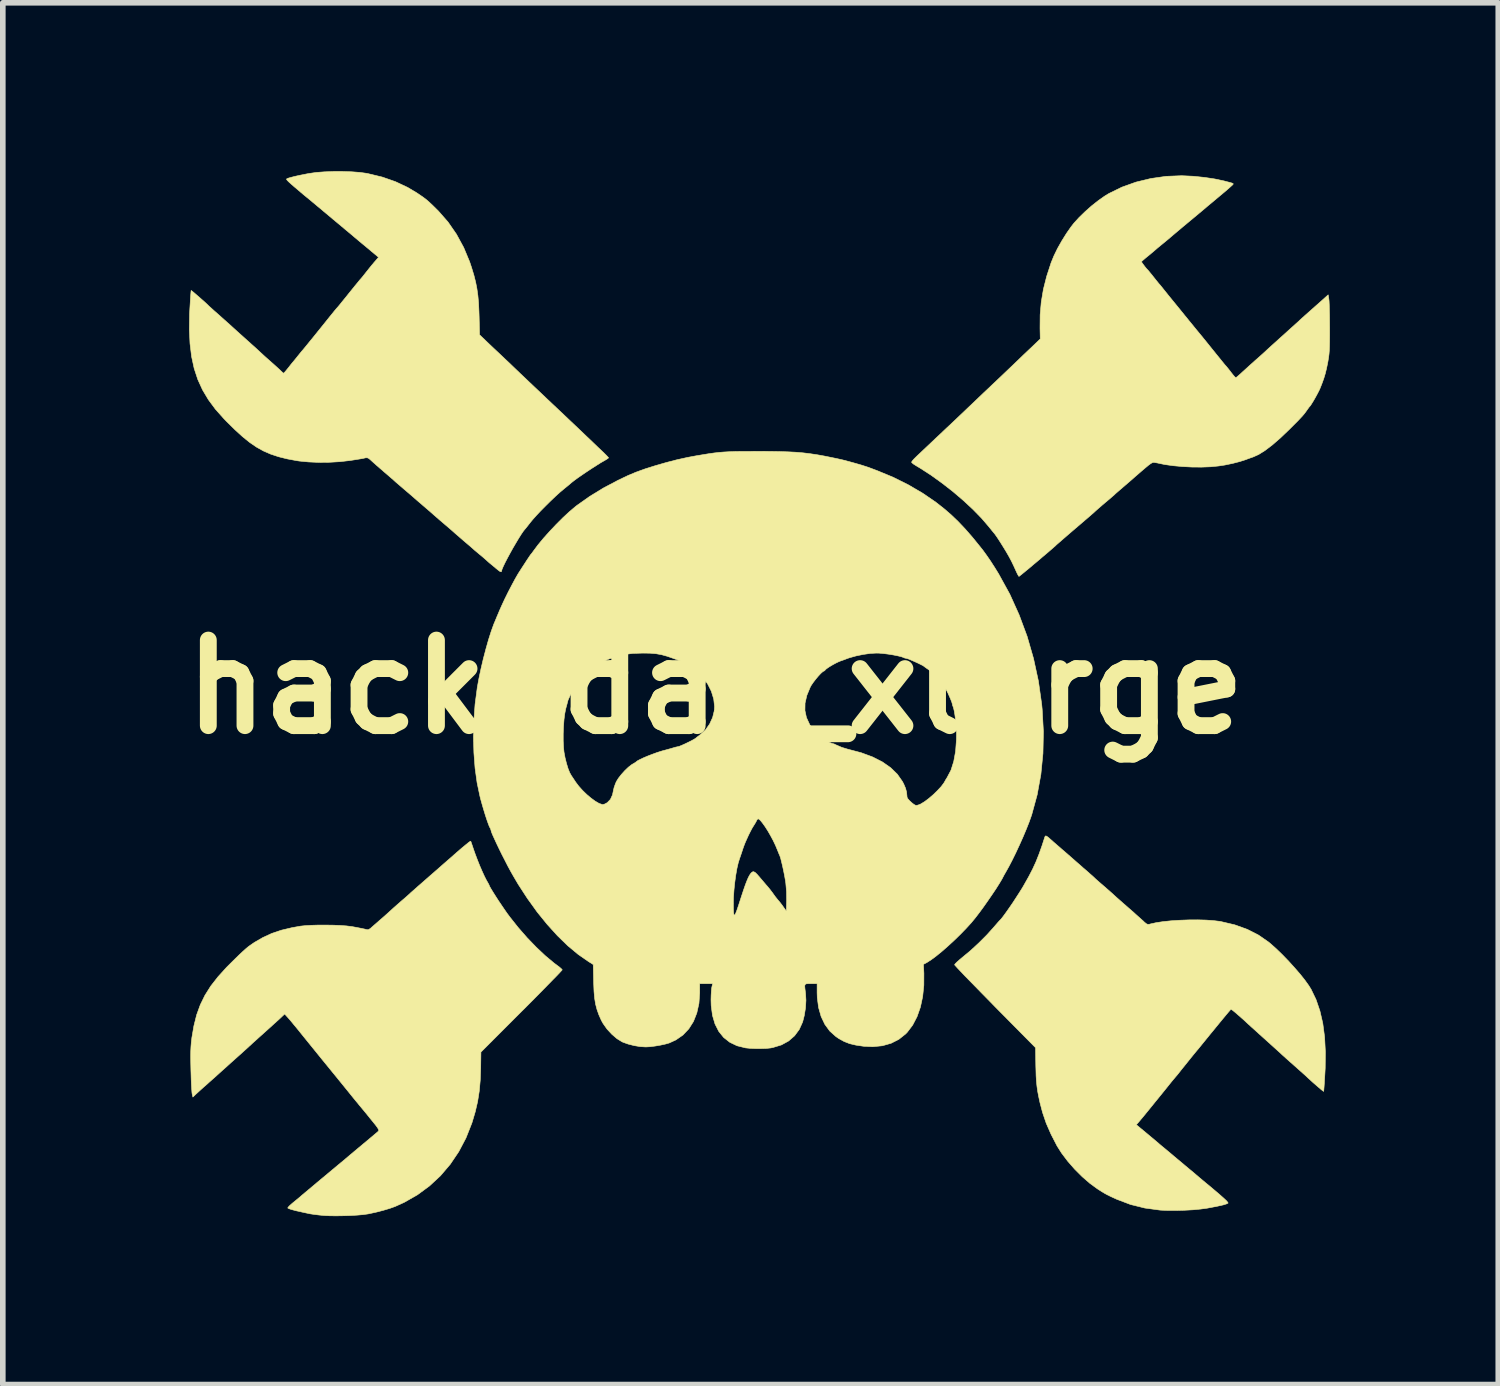
<source format=kicad_pcb>
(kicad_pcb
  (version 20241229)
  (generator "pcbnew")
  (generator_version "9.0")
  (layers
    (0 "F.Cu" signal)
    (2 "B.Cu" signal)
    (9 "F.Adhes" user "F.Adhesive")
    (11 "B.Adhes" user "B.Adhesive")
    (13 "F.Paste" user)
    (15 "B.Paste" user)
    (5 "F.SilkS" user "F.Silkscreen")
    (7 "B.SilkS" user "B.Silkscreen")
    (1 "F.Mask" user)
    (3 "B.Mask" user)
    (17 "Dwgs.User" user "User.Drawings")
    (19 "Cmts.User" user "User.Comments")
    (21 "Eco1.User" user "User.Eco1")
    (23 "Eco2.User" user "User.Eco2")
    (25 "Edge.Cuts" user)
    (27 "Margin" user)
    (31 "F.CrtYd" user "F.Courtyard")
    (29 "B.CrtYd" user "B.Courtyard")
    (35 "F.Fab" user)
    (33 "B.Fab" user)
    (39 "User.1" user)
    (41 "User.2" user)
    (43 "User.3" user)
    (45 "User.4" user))
  (footprint "hackaday_xlarge"
    (layer "F.Cu")
    (at 9.696 9.187)
    (property "Reference" "hackaday_xlarge" (at 0 0 0) (layer "F.SilkS") (effects (font (size 1.524 1.524) (thickness 0.3))))
    (attr through_hole)
    (fp_poly (pts (xy -4.36 2.748) (xy -4.354 2.765) (xy -4.34 2.805) (xy -4.321 2.861) (xy -4.312 2.889) (xy -4.279 2.982) (xy -4.24 3.085) (xy -4.198 3.19) (xy -4.155 3.289) (xy -4.115 3.376) (xy -4.082 3.441) (xy -4.077 3.45) (xy -4.052 3.493) (xy -4.036 3.523) (xy -4.032 3.533) (xy -4.024 3.553) (xy -4 3.595) (xy -3.964 3.654) (xy -3.92 3.724) (xy -3.87 3.802) (xy -3.816 3.882) (xy -3.763 3.96) (xy -3.714 4.031) (xy -3.67 4.09) (xy -3.666 4.096) (xy -3.515 4.286) (xy -3.356 4.468) (xy -3.194 4.636) (xy -3.034 4.787) (xy -2.88 4.916) (xy -2.828 4.955) (xy -2.781 4.99) (xy -2.747 5.02) (xy -2.731 5.038) (xy -2.731 5.04) (xy -2.742 5.053) (xy -2.773 5.087) (xy -2.823 5.14) (xy -2.891 5.209) (xy -2.973 5.293) (xy -3.068 5.39) (xy -3.174 5.498) (xy -3.29 5.615) (xy -3.413 5.739) (xy -3.455 5.78) (xy -4.179 6.505) (xy -4.183 6.789) (xy -4.191 7.006) (xy -4.209 7.203) (xy -4.238 7.387) (xy -4.28 7.568) (xy -4.336 7.756) (xy -4.341 7.771) (xy -4.445 8.034) (xy -4.574 8.279) (xy -4.726 8.504) (xy -4.9 8.708) (xy -5.096 8.89) (xy -5.311 9.048) (xy -5.546 9.182) (xy -5.707 9.255) (xy -5.802 9.289) (xy -5.919 9.324) (xy -6.047 9.357) (xy -6.176 9.385) (xy -6.199 9.389) (xy -6.278 9.4) (xy -6.38 9.409) (xy -6.498 9.416) (xy -6.624 9.42) (xy -6.75 9.422) (xy -6.868 9.421) (xy -6.97 9.416) (xy -6.985 9.415) (xy -7.065 9.407) (xy -7.146 9.397) (xy -7.214 9.387) (xy -7.231 9.384) (xy -7.37 9.354) (xy -7.477 9.33) (xy -7.555 9.309) (xy -7.602 9.293) (xy -7.62 9.282) (xy -7.62 9.281) (xy -7.608 9.263) (xy -7.578 9.232) (xy -7.534 9.194) (xy -7.522 9.184) (xy -7.468 9.14) (xy -7.416 9.097) (xy -7.378 9.064) (xy -7.376 9.062) (xy -7.352 9.042) (xy -7.308 9.005) (xy -7.247 8.954) (xy -7.173 8.892) (xy -7.09 8.822) (xy -7.001 8.748) (xy -6.911 8.673) (xy -6.824 8.6) (xy -6.742 8.532) (xy -6.67 8.472) (xy -6.621 8.432) (xy -6.58 8.397) (xy -6.547 8.369) (xy -6.534 8.358) (xy -6.517 8.343) (xy -6.479 8.312) (xy -6.426 8.267) (xy -6.36 8.212) (xy -6.286 8.15) (xy -6.279 8.144) (xy -6.203 8.081) (xy -6.134 8.023) (xy -6.077 7.975) (xy -6.034 7.939) (xy -6.012 7.92) (xy -6.011 7.919) (xy -6.002 7.909) (xy -5.999 7.897) (xy -6.005 7.879) (xy -6.021 7.852) (xy -6.05 7.812) (xy -6.095 7.756) (xy -6.157 7.68) (xy -6.175 7.657) (xy -6.237 7.581) (xy -6.294 7.512) (xy -6.342 7.455) (xy -6.376 7.412) (xy -6.395 7.39) (xy -6.395 7.39) (xy -6.414 7.367) (xy -6.449 7.324) (xy -6.495 7.267) (xy -6.549 7.2) (xy -6.58 7.162) (xy -6.644 7.083) (xy -6.709 7.003) (xy -6.77 6.928) (xy -6.819 6.868) (xy -6.832 6.852) (xy -6.915 6.75) (xy -7.014 6.629) (xy -7.123 6.494) (xy -7.239 6.351) (xy -7.357 6.205) (xy -7.453 6.086) (xy -7.507 6.021) (xy -7.557 5.96) (xy -7.6 5.91) (xy -7.628 5.878) (xy -7.676 5.826) (xy -7.739 5.887) (xy -7.77 5.916) (xy -7.821 5.962) (xy -7.885 6.02) (xy -7.959 6.087) (xy -8.037 6.157) (xy -8.049 6.168) (xy -8.123 6.234) (xy -8.188 6.293) (xy -8.243 6.342) (xy -8.281 6.378) (xy -8.301 6.396) (xy -8.303 6.397) (xy -8.317 6.411) (xy -8.35 6.441) (xy -8.398 6.484) (xy -8.456 6.537) (xy -8.477 6.555) (xy -8.554 6.624) (xy -8.637 6.698) (xy -8.716 6.77) (xy -8.779 6.826) (xy -8.851 6.891) (xy -8.934 6.966) (xy -9.016 7.038) (xy -9.055 7.074) (xy -9.118 7.129) (xy -9.177 7.182) (xy -9.226 7.227) (xy -9.254 7.252) (xy -9.31 7.306) (xy -9.323 7.252) (xy -9.327 7.222) (xy -9.331 7.164) (xy -9.336 7.086) (xy -9.34 6.991) (xy -9.343 6.886) (xy -9.345 6.825) (xy -9.348 6.689) (xy -9.349 6.578) (xy -9.348 6.486) (xy -9.344 6.406) (xy -9.338 6.332) (xy -9.329 6.256) (xy -9.329 6.253) (xy -9.292 6.038) (xy -9.243 5.842) (xy -9.178 5.663) (xy -9.095 5.493) (xy -8.991 5.328) (xy -8.863 5.164) (xy -8.71 4.995) (xy -8.644 4.929) (xy -8.552 4.838) (xy -8.478 4.766) (xy -8.418 4.71) (xy -8.368 4.665) (xy -8.324 4.628) (xy -8.281 4.597) (xy -8.236 4.566) (xy -8.211 4.549) (xy -8.06 4.462) (xy -7.903 4.39) (xy -7.733 4.333) (xy -7.543 4.288) (xy -7.392 4.261) (xy -7.306 4.252) (xy -7.197 4.246) (xy -7.073 4.242) (xy -6.941 4.242) (xy -6.808 4.244) (xy -6.684 4.249) (xy -6.574 4.257) (xy -6.487 4.268) (xy -6.477 4.269) (xy -6.374 4.288) (xy -6.299 4.303) (xy -6.247 4.314) (xy -6.216 4.322) (xy -6.207 4.325) (xy -6.18 4.322) (xy -6.146 4.301) (xy -6.143 4.298) (xy -6.114 4.272) (xy -6.068 4.232) (xy -6.014 4.185) (xy -5.985 4.159) (xy -5.922 4.105) (xy -5.857 4.047) (xy -5.802 3.997) (xy -5.786 3.983) (xy -5.738 3.939) (xy -5.676 3.884) (xy -5.611 3.827) (xy -5.58 3.8) (xy -5.527 3.755) (xy -5.483 3.716) (xy -5.454 3.69) (xy -5.445 3.682) (xy -5.431 3.668) (xy -5.397 3.638) (xy -5.349 3.596) (xy -5.292 3.545) (xy -5.286 3.54) (xy -5.216 3.479) (xy -5.142 3.414) (xy -5.075 3.355) (xy -5.032 3.318) (xy -4.984 3.276) (xy -4.919 3.219) (xy -4.844 3.153) (xy -4.765 3.084) (xy -4.722 3.047) (xy -4.611 2.949) (xy -4.522 2.872) (xy -4.453 2.815) (xy -4.404 2.775) (xy -4.374 2.753) (xy -4.361 2.748) (xy -4.36 2.748)) (stroke (width 0.01) (type solid)) (fill yes) (layer "F.SilkS"))
    (fp_poly (pts (xy 5.898 2.658) (xy 5.933 2.684) (xy 5.945 2.695) (xy 5.975 2.721) (xy 6.022 2.763) (xy 6.082 2.815) (xy 6.148 2.872) (xy 6.167 2.889) (xy 6.23 2.943) (xy 6.284 2.99) (xy 6.324 3.025) (xy 6.347 3.045) (xy 6.35 3.048) (xy 6.364 3.06) (xy 6.398 3.09) (xy 6.447 3.133) (xy 6.508 3.186) (xy 6.548 3.222) (xy 6.615 3.279) (xy 6.673 3.331) (xy 6.719 3.371) (xy 6.747 3.397) (xy 6.755 3.405) (xy 6.773 3.422) (xy 6.809 3.454) (xy 6.858 3.497) (xy 6.898 3.531) (xy 6.96 3.585) (xy 7.023 3.64) (xy 7.076 3.687) (xy 7.096 3.706) (xy 7.14 3.746) (xy 7.199 3.798) (xy 7.262 3.854) (xy 7.295 3.882) (xy 7.355 3.935) (xy 7.415 3.987) (xy 7.464 4.03) (xy 7.483 4.048) (xy 7.522 4.083) (xy 7.553 4.11) (xy 7.564 4.12) (xy 7.586 4.14) (xy 7.621 4.171) (xy 7.637 4.187) (xy 7.674 4.218) (xy 7.701 4.23) (xy 7.732 4.227) (xy 7.748 4.222) (xy 7.847 4.2) (xy 7.971 4.181) (xy 8.114 4.166) (xy 8.269 4.156) (xy 8.429 4.15) (xy 8.588 4.149) (xy 8.738 4.153) (xy 8.875 4.163) (xy 8.991 4.177) (xy 9.004 4.18) (xy 9.25 4.238) (xy 9.472 4.318) (xy 9.674 4.421) (xy 9.854 4.546) (xy 9.89 4.576) (xy 9.994 4.669) (xy 10.102 4.774) (xy 10.211 4.887) (xy 10.316 5.003) (xy 10.414 5.116) (xy 10.499 5.223) (xy 10.568 5.319) (xy 10.61 5.387) (xy 10.698 5.57) (xy 10.767 5.772) (xy 10.818 5.993) (xy 10.85 6.235) (xy 10.864 6.5) (xy 10.861 6.79) (xy 10.856 6.881) (xy 10.85 6.978) (xy 10.845 7.064) (xy 10.84 7.134) (xy 10.836 7.182) (xy 10.833 7.204) (xy 10.833 7.205) (xy 10.821 7.197) (xy 10.79 7.173) (xy 10.747 7.136) (xy 10.696 7.092) (xy 10.643 7.046) (xy 10.594 7.001) (xy 10.553 6.964) (xy 10.526 6.938) (xy 10.525 6.937) (xy 10.511 6.924) (xy 10.477 6.894) (xy 10.428 6.85) (xy 10.366 6.795) (xy 10.303 6.739) (xy 10.234 6.678) (xy 10.173 6.624) (xy 10.125 6.58) (xy 10.092 6.551) (xy 10.081 6.54) (xy 10.067 6.527) (xy 10.033 6.496) (xy 9.983 6.451) (xy 9.92 6.394) (xy 9.848 6.329) (xy 9.827 6.31) (xy 9.747 6.238) (xy 9.669 6.168) (xy 9.6 6.105) (xy 9.543 6.054) (xy 9.504 6.018) (xy 9.501 6.016) (xy 9.403 5.925) (xy 9.32 5.852) (xy 9.255 5.796) (xy 9.21 5.759) (xy 9.185 5.743) (xy 9.181 5.742) (xy 9.17 5.755) (xy 9.141 5.788) (xy 9.098 5.839) (xy 9.045 5.903) (xy 8.985 5.976) (xy 8.975 5.988) (xy 8.912 6.065) (xy 8.855 6.135) (xy 8.806 6.194) (xy 8.771 6.238) (xy 8.751 6.262) (xy 8.75 6.263) (xy 8.726 6.293) (xy 8.69 6.337) (xy 8.66 6.374) (xy 8.626 6.416) (xy 8.6 6.448) (xy 8.589 6.461) (xy 8.576 6.476) (xy 8.547 6.511) (xy 8.507 6.56) (xy 8.46 6.618) (xy 8.411 6.679) (xy 8.363 6.739) (xy 8.32 6.792) (xy 8.288 6.832) (xy 8.282 6.84) (xy 8.246 6.886) (xy 8.211 6.929) (xy 8.203 6.937) (xy 8.18 6.965) (xy 8.141 7.011) (xy 8.094 7.069) (xy 8.047 7.128) (xy 7.989 7.2) (xy 7.929 7.274) (xy 7.874 7.342) (xy 7.841 7.382) (xy 7.791 7.444) (xy 7.731 7.518) (xy 7.673 7.589) (xy 7.661 7.604) (xy 7.615 7.66) (xy 7.572 7.711) (xy 7.54 7.749) (xy 7.53 7.761) (xy 7.496 7.799) (xy 7.689 7.959) (xy 7.756 8.015) (xy 7.816 8.065) (xy 7.862 8.104) (xy 7.892 8.129) (xy 7.899 8.136) (xy 7.92 8.154) (xy 7.957 8.185) (xy 7.994 8.215) (xy 8.037 8.251) (xy 8.096 8.3) (xy 8.163 8.357) (xy 8.231 8.414) (xy 8.3 8.471) (xy 8.367 8.528) (xy 8.426 8.577) (xy 8.468 8.612) (xy 8.512 8.648) (xy 8.547 8.678) (xy 8.563 8.692) (xy 8.58 8.706) (xy 8.617 8.738) (xy 8.672 8.784) (xy 8.74 8.841) (xy 8.818 8.905) (xy 8.864 8.944) (xy 8.968 9.032) (xy 9.046 9.101) (xy 9.1 9.151) (xy 9.127 9.183) (xy 9.131 9.195) (xy 9.103 9.209) (xy 9.045 9.227) (xy 8.956 9.247) (xy 8.835 9.271) (xy 8.755 9.286) (xy 8.643 9.301) (xy 8.508 9.314) (xy 8.361 9.322) (xy 8.211 9.326) (xy 8.066 9.326) (xy 7.937 9.321) (xy 7.914 9.319) (xy 7.648 9.283) (xy 7.394 9.22) (xy 7.146 9.126) (xy 7.031 9.073) (xy 6.975 9.045) (xy 6.931 9.021) (xy 6.888 8.995) (xy 6.834 8.961) (xy 6.806 8.943) (xy 6.67 8.844) (xy 6.532 8.724) (xy 6.397 8.589) (xy 6.273 8.447) (xy 6.165 8.304) (xy 6.084 8.176) (xy 5.977 7.968) (xy 5.891 7.772) (xy 5.826 7.581) (xy 5.78 7.406) (xy 5.756 7.294) (xy 5.738 7.199) (xy 5.726 7.112) (xy 5.717 7.024) (xy 5.711 6.927) (xy 5.708 6.812) (xy 5.706 6.749) (xy 5.701 6.426) (xy 4.981 5.698) (xy 4.857 5.571) (xy 4.739 5.451) (xy 4.63 5.339) (xy 4.531 5.238) (xy 4.444 5.149) (xy 4.372 5.073) (xy 4.316 5.014) (xy 4.279 4.973) (xy 4.26 4.952) (xy 4.259 4.95) (xy 4.27 4.932) (xy 4.301 4.901) (xy 4.348 4.859) (xy 4.402 4.814) (xy 4.544 4.696) (xy 4.69 4.561) (xy 4.83 4.421) (xy 4.945 4.294) (xy 4.991 4.241) (xy 5.029 4.197) (xy 5.055 4.168) (xy 5.064 4.159) (xy 5.089 4.133) (xy 5.127 4.084) (xy 5.176 4.017) (xy 5.232 3.937) (xy 5.292 3.85) (xy 5.352 3.758) (xy 5.41 3.668) (xy 5.463 3.584) (xy 5.495 3.529) (xy 5.579 3.38) (xy 5.649 3.245) (xy 5.709 3.114) (xy 5.763 2.978) (xy 5.816 2.829) (xy 5.867 2.671) (xy 5.878 2.654) (xy 5.898 2.658)) (stroke (width 0.01) (type solid)) (fill yes) (layer "F.SilkS"))
    (fp_poly (pts (xy 8.516 -9.097) (xy 8.716 -9.076) (xy 8.894 -9.049) (xy 9.059 -9.014) (xy 9.088 -9.006) (xy 9.154 -8.989) (xy 9.194 -8.978) (xy 9.215 -8.97) (xy 9.222 -8.964) (xy 9.221 -8.957) (xy 9.221 -8.955) (xy 9.207 -8.94) (xy 9.173 -8.909) (xy 9.123 -8.865) (xy 9.06 -8.811) (xy 8.993 -8.755) (xy 8.919 -8.693) (xy 8.851 -8.636) (xy 8.793 -8.588) (xy 8.751 -8.553) (xy 8.731 -8.535) (xy 8.708 -8.516) (xy 8.664 -8.479) (xy 8.604 -8.429) (xy 8.531 -8.368) (xy 8.45 -8.301) (xy 8.406 -8.264) (xy 8.324 -8.196) (xy 8.252 -8.135) (xy 8.191 -8.084) (xy 8.145 -8.045) (xy 8.118 -8.022) (xy 8.112 -8.017) (xy 8.097 -8.004) (xy 8.063 -7.975) (xy 8.016 -7.936) (xy 7.978 -7.905) (xy 7.922 -7.859) (xy 7.873 -7.819) (xy 7.839 -7.789) (xy 7.827 -7.779) (xy 7.803 -7.758) (xy 7.762 -7.724) (xy 7.712 -7.682) (xy 7.695 -7.669) (xy 7.647 -7.629) (xy 7.61 -7.597) (xy 7.59 -7.578) (xy 7.588 -7.575) (xy 7.597 -7.558) (xy 7.619 -7.527) (xy 7.647 -7.49) (xy 7.674 -7.456) (xy 7.692 -7.437) (xy 7.709 -7.419) (xy 7.74 -7.381) (xy 7.78 -7.332) (xy 7.803 -7.303) (xy 7.845 -7.25) (xy 7.879 -7.208) (xy 7.901 -7.181) (xy 7.906 -7.176) (xy 7.92 -7.16) (xy 7.947 -7.127) (xy 7.978 -7.088) (xy 8.015 -7.042) (xy 8.067 -6.977) (xy 8.129 -6.901) (xy 8.196 -6.819) (xy 8.262 -6.738) (xy 8.3 -6.691) (xy 8.324 -6.662) (xy 8.359 -6.618) (xy 8.39 -6.581) (xy 8.428 -6.533) (xy 8.462 -6.492) (xy 8.48 -6.47) (xy 8.571 -6.358) (xy 8.648 -6.265) (xy 8.714 -6.184) (xy 8.774 -6.11) (xy 8.834 -6.035) (xy 8.899 -5.955) (xy 8.913 -5.937) (xy 8.97 -5.867) (xy 9.02 -5.805) (xy 9.06 -5.756) (xy 9.086 -5.725) (xy 9.096 -5.715) (xy 9.109 -5.699) (xy 9.137 -5.665) (xy 9.173 -5.619) (xy 9.181 -5.608) (xy 9.218 -5.561) (xy 9.248 -5.526) (xy 9.266 -5.51) (xy 9.268 -5.509) (xy 9.284 -5.519) (xy 9.317 -5.547) (xy 9.361 -5.586) (xy 9.382 -5.606) (xy 9.442 -5.66) (xy 9.513 -5.725) (xy 9.585 -5.789) (xy 9.612 -5.814) (xy 9.676 -5.87) (xy 9.741 -5.928) (xy 9.797 -5.979) (xy 9.819 -6) (xy 9.855 -6.033) (xy 9.91 -6.083) (xy 9.979 -6.145) (xy 10.056 -6.215) (xy 10.136 -6.286) (xy 10.144 -6.294) (xy 10.218 -6.361) (xy 10.284 -6.42) (xy 10.338 -6.469) (xy 10.377 -6.504) (xy 10.397 -6.522) (xy 10.398 -6.524) (xy 10.412 -6.537) (xy 10.446 -6.568) (xy 10.495 -6.612) (xy 10.557 -6.667) (xy 10.62 -6.723) (xy 10.692 -6.787) (xy 10.759 -6.846) (xy 10.815 -6.896) (xy 10.855 -6.932) (xy 10.874 -6.949) (xy 10.914 -6.985) (xy 10.926 -6.91) (xy 10.93 -6.874) (xy 10.933 -6.811) (xy 10.935 -6.727) (xy 10.938 -6.626) (xy 10.939 -6.514) (xy 10.94 -6.398) (xy 10.94 -6.261) (xy 10.939 -6.152) (xy 10.937 -6.063) (xy 10.934 -5.991) (xy 10.929 -5.929) (xy 10.922 -5.874) (xy 10.913 -5.818) (xy 10.908 -5.788) (xy 10.885 -5.675) (xy 10.862 -5.581) (xy 10.836 -5.495) (xy 10.803 -5.404) (xy 10.769 -5.318) (xy 10.751 -5.279) (xy 10.723 -5.225) (xy 10.69 -5.164) (xy 10.656 -5.104) (xy 10.624 -5.052) (xy 10.6 -5.014) (xy 10.589 -5.001) (xy 10.574 -4.984) (xy 10.55 -4.951) (xy 10.54 -4.937) (xy 10.514 -4.9) (xy 10.488 -4.866) (xy 10.459 -4.831) (xy 10.422 -4.791) (xy 10.376 -4.742) (xy 10.314 -4.68) (xy 10.235 -4.601) (xy 10.216 -4.582) (xy 10.06 -4.433) (xy 9.918 -4.31) (xy 9.789 -4.212) (xy 9.676 -4.141) (xy 9.578 -4.097) (xy 9.563 -4.092) (xy 9.532 -4.081) (xy 9.484 -4.064) (xy 9.446 -4.049) (xy 9.34 -4.015) (xy 9.212 -3.982) (xy 9.073 -3.953) (xy 8.961 -3.936) (xy 8.821 -3.922) (xy 8.661 -3.916) (xy 8.49 -3.917) (xy 8.317 -3.926) (xy 8.151 -3.941) (xy 8.003 -3.962) (xy 7.926 -3.978) (xy 7.87 -3.99) (xy 7.823 -3.998) (xy 7.799 -4) (xy 7.782 -3.995) (xy 7.755 -3.98) (xy 7.715 -3.951) (xy 7.661 -3.906) (xy 7.589 -3.845) (xy 7.496 -3.764) (xy 7.485 -3.755) (xy 7.431 -3.707) (xy 7.363 -3.648) (xy 7.292 -3.587) (xy 7.255 -3.555) (xy 7.2 -3.508) (xy 7.154 -3.468) (xy 7.123 -3.441) (xy 7.112 -3.43) (xy 7.098 -3.417) (xy 7.064 -3.388) (xy 7.015 -3.345) (xy 6.955 -3.295) (xy 6.937 -3.28) (xy 6.875 -3.227) (xy 6.821 -3.18) (xy 6.78 -3.144) (xy 6.757 -3.123) (xy 6.755 -3.121) (xy 6.739 -3.106) (xy 6.702 -3.074) (xy 6.648 -3.027) (xy 6.579 -2.968) (xy 6.5 -2.9) (xy 6.413 -2.826) (xy 6.327 -2.752) (xy 6.247 -2.683) (xy 6.179 -2.624) (xy 6.125 -2.577) (xy 6.088 -2.545) (xy 6.072 -2.531) (xy 6.054 -2.513) (xy 6.016 -2.48) (xy 5.962 -2.433) (xy 5.897 -2.377) (xy 5.823 -2.315) (xy 5.746 -2.249) (xy 5.668 -2.184) (xy 5.594 -2.121) (xy 5.527 -2.066) (xy 5.471 -2.02) (xy 5.43 -1.987) (xy 5.408 -1.97) (xy 5.406 -1.968) (xy 5.395 -1.982) (xy 5.376 -2.017) (xy 5.356 -2.06) (xy 5.31 -2.161) (xy 5.27 -2.244) (xy 5.227 -2.324) (xy 5.177 -2.411) (xy 5.166 -2.429) (xy 5.12 -2.504) (xy 5.075 -2.576) (xy 5.033 -2.641) (xy 4.999 -2.691) (xy 4.976 -2.723) (xy 4.97 -2.731) (xy 4.957 -2.746) (xy 4.929 -2.78) (xy 4.891 -2.827) (xy 4.867 -2.857) (xy 4.739 -3.006) (xy 4.587 -3.162) (xy 4.416 -3.321) (xy 4.231 -3.479) (xy 4.037 -3.63) (xy 3.84 -3.772) (xy 3.645 -3.898) (xy 3.568 -3.944) (xy 3.526 -3.971) (xy 3.499 -3.994) (xy 3.493 -4.004) (xy 3.503 -4.023) (xy 3.531 -4.056) (xy 3.569 -4.094) (xy 3.598 -4.122) (xy 3.645 -4.166) (xy 3.705 -4.223) (xy 3.775 -4.289) (xy 3.85 -4.36) (xy 3.926 -4.432) (xy 4 -4.501) (xy 4.066 -4.564) (xy 4.122 -4.617) (xy 4.163 -4.655) (xy 4.185 -4.675) (xy 4.2 -4.69) (xy 4.236 -4.724) (xy 4.288 -4.773) (xy 4.353 -4.835) (xy 4.429 -4.907) (xy 4.502 -4.977) (xy 4.594 -5.064) (xy 4.688 -5.154) (xy 4.779 -5.241) (xy 4.862 -5.319) (xy 4.93 -5.384) (xy 4.961 -5.413) (xy 5.07 -5.516) (xy 5.183 -5.624) (xy 5.307 -5.742) (xy 5.436 -5.866) (xy 5.474 -5.903) (xy 5.528 -5.954) (xy 5.59 -6.013) (xy 5.644 -6.064) (xy 5.785 -6.199) (xy 5.781 -6.39) (xy 5.783 -6.629) (xy 5.803 -6.857) (xy 5.841 -7.084) (xy 5.9 -7.317) (xy 5.978 -7.556) (xy 6.027 -7.676) (xy 6.092 -7.81) (xy 6.17 -7.948) (xy 6.253 -8.081) (xy 6.337 -8.201) (xy 6.385 -8.262) (xy 6.476 -8.362) (xy 6.583 -8.466) (xy 6.699 -8.569) (xy 6.818 -8.663) (xy 6.931 -8.743) (xy 7.006 -8.789) (xy 7.239 -8.903) (xy 7.49 -8.993) (xy 7.755 -9.057) (xy 8.027 -9.096) (xy 8.305 -9.107) (xy 8.516 -9.097)) (stroke (width 0.01) (type solid)) (fill yes) (layer "F.SilkS"))
    (fp_poly (pts (xy -6.483 -9.177) (xy -6.337 -9.166) (xy -6.213 -9.149) (xy -6.194 -9.145) (xy -5.937 -9.083) (xy -5.702 -9.001) (xy -5.485 -8.899) (xy -5.327 -8.805) (xy -5.257 -8.758) (xy -5.2 -8.718) (xy -5.149 -8.679) (xy -5.099 -8.635) (xy -5.042 -8.582) (xy -4.972 -8.513) (xy -4.935 -8.476) (xy -4.765 -8.282) (xy -4.615 -8.065) (xy -4.486 -7.828) (xy -4.38 -7.574) (xy -4.345 -7.469) (xy -4.304 -7.334) (xy -4.273 -7.211) (xy -4.25 -7.093) (xy -4.233 -6.972) (xy -4.221 -6.84) (xy -4.214 -6.688) (xy -4.211 -6.601) (xy -4.203 -6.273) (xy -4.082 -6.157) (xy -4.016 -6.094) (xy -3.939 -6.021) (xy -3.863 -5.95) (xy -3.826 -5.915) (xy -3.761 -5.853) (xy -3.682 -5.779) (xy -3.601 -5.701) (xy -3.526 -5.629) (xy -3.524 -5.628) (xy -3.474 -5.579) (xy -3.404 -5.513) (xy -3.319 -5.432) (xy -3.223 -5.341) (xy -3.118 -5.242) (xy -3.01 -5.139) (xy -2.905 -5.04) (xy -2.798 -4.939) (xy -2.692 -4.839) (xy -2.592 -4.744) (xy -2.499 -4.656) (xy -2.419 -4.58) (xy -2.355 -4.519) (xy -2.31 -4.476) (xy -2.31 -4.476) (xy -2.237 -4.407) (xy -2.157 -4.33) (xy -2.08 -4.256) (xy -2.036 -4.215) (xy -1.984 -4.165) (xy -1.942 -4.123) (xy -1.914 -4.093) (xy -1.905 -4.082) (xy -1.918 -4.069) (xy -1.951 -4.048) (xy -1.989 -4.026) (xy -2.05 -3.991) (xy -2.124 -3.944) (xy -2.207 -3.891) (xy -2.293 -3.834) (xy -2.377 -3.777) (xy -2.454 -3.724) (xy -2.518 -3.677) (xy -2.565 -3.64) (xy -2.588 -3.62) (xy -2.603 -3.607) (xy -2.637 -3.579) (xy -2.684 -3.541) (xy -2.708 -3.521) (xy -2.774 -3.466) (xy -2.853 -3.394) (xy -2.94 -3.311) (xy -3.029 -3.223) (xy -3.116 -3.135) (xy -3.193 -3.053) (xy -3.257 -2.981) (xy -3.295 -2.935) (xy -3.334 -2.885) (xy -3.368 -2.842) (xy -3.389 -2.816) (xy -3.392 -2.813) (xy -3.421 -2.778) (xy -3.46 -2.721) (xy -3.506 -2.648) (xy -3.556 -2.564) (xy -3.609 -2.474) (xy -3.66 -2.382) (xy -3.708 -2.293) (xy -3.75 -2.212) (xy -3.782 -2.145) (xy -3.803 -2.095) (xy -3.81 -2.068) (xy -3.817 -2.051) (xy -3.838 -2.056) (xy -3.873 -2.082) (xy -3.909 -2.111) (xy -3.955 -2.15) (xy -3.983 -2.173) (xy -4.027 -2.209) (xy -4.063 -2.241) (xy -4.078 -2.255) (xy -4.103 -2.277) (xy -4.143 -2.312) (xy -4.192 -2.353) (xy -4.199 -2.358) (xy -4.245 -2.397) (xy -4.281 -2.427) (xy -4.301 -2.444) (xy -4.302 -2.445) (xy -4.316 -2.458) (xy -4.35 -2.488) (xy -4.399 -2.53) (xy -4.459 -2.581) (xy -4.485 -2.603) (xy -4.547 -2.657) (xy -4.601 -2.704) (xy -4.642 -2.739) (xy -4.664 -2.759) (xy -4.667 -2.762) (xy -4.682 -2.775) (xy -4.716 -2.805) (xy -4.765 -2.847) (xy -4.824 -2.897) (xy -4.842 -2.913) (xy -4.905 -2.966) (xy -4.961 -3.015) (xy -5.005 -3.053) (xy -5.031 -3.076) (xy -5.034 -3.079) (xy -5.059 -3.101) (xy -5.1 -3.137) (xy -5.145 -3.175) (xy -5.204 -3.226) (xy -5.269 -3.282) (xy -5.31 -3.317) (xy -5.358 -3.359) (xy -5.402 -3.398) (xy -5.428 -3.42) (xy -5.484 -3.468) (xy -5.544 -3.519) (xy -5.602 -3.569) (xy -5.653 -3.613) (xy -5.692 -3.646) (xy -5.713 -3.665) (xy -5.715 -3.667) (xy -5.729 -3.68) (xy -5.763 -3.71) (xy -5.812 -3.752) (xy -5.872 -3.804) (xy -5.898 -3.826) (xy -5.966 -3.885) (xy -6.032 -3.942) (xy -6.088 -3.992) (xy -6.128 -4.028) (xy -6.134 -4.034) (xy -6.173 -4.068) (xy -6.202 -4.082) (xy -6.23 -4.082) (xy -6.245 -4.079) (xy -6.279 -4.071) (xy -6.337 -4.061) (xy -6.411 -4.049) (xy -6.494 -4.036) (xy -6.514 -4.033) (xy -6.69 -4.013) (xy -6.878 -4.002) (xy -7.068 -4) (xy -7.25 -4.008) (xy -7.415 -4.024) (xy -7.461 -4.031) (xy -7.632 -4.063) (xy -7.784 -4.101) (xy -7.923 -4.147) (xy -8.052 -4.203) (xy -8.176 -4.272) (xy -8.3 -4.357) (xy -8.427 -4.46) (xy -8.562 -4.583) (xy -8.71 -4.729) (xy -8.758 -4.779) (xy -8.907 -4.946) (xy -9.033 -5.116) (xy -9.138 -5.292) (xy -9.222 -5.476) (xy -9.287 -5.673) (xy -9.333 -5.885) (xy -9.361 -6.115) (xy -9.373 -6.367) (xy -9.369 -6.642) (xy -9.364 -6.738) (xy -9.358 -6.835) (xy -9.353 -6.921) (xy -9.348 -6.99) (xy -9.344 -7.039) (xy -9.341 -7.062) (xy -9.341 -7.063) (xy -9.328 -7.054) (xy -9.298 -7.03) (xy -9.255 -6.993) (xy -9.204 -6.949) (xy -9.152 -6.903) (xy -9.102 -6.859) (xy -9.062 -6.822) (xy -9.036 -6.797) (xy -9.033 -6.793) (xy -9.019 -6.78) (xy -8.985 -6.75) (xy -8.938 -6.707) (xy -8.881 -6.657) (xy -8.874 -6.651) (xy -8.751 -6.541) (xy -8.652 -6.453) (xy -8.582 -6.389) (xy -8.565 -6.374) (xy -8.529 -6.341) (xy -8.477 -6.294) (xy -8.412 -6.236) (xy -8.34 -6.171) (xy -8.326 -6.159) (xy -8.253 -6.093) (xy -8.187 -6.034) (xy -8.133 -5.984) (xy -8.094 -5.948) (xy -8.074 -5.93) (xy -8.072 -5.928) (xy -8.055 -5.912) (xy -8.019 -5.879) (xy -7.969 -5.835) (xy -7.914 -5.786) (xy -7.854 -5.733) (xy -7.8 -5.684) (xy -7.758 -5.645) (xy -7.736 -5.624) (xy -7.709 -5.599) (xy -7.694 -5.588) (xy -7.694 -5.588) (xy -7.681 -5.6) (xy -7.654 -5.631) (xy -7.618 -5.675) (xy -7.602 -5.695) (xy -7.563 -5.745) (xy -7.531 -5.784) (xy -7.512 -5.807) (xy -7.509 -5.81) (xy -7.496 -5.826) (xy -7.469 -5.859) (xy -7.438 -5.898) (xy -7.404 -5.94) (xy -7.378 -5.972) (xy -7.367 -5.985) (xy -7.353 -6.001) (xy -7.323 -6.037) (xy -7.278 -6.092) (xy -7.223 -6.16) (xy -7.159 -6.238) (xy -7.09 -6.324) (xy -7.019 -6.412) (xy -6.949 -6.499) (xy -6.882 -6.583) (xy -6.878 -6.588) (xy -6.829 -6.648) (xy -6.788 -6.699) (xy -6.756 -6.737) (xy -6.74 -6.755) (xy -6.725 -6.772) (xy -6.694 -6.809) (xy -6.65 -6.864) (xy -6.596 -6.93) (xy -6.536 -7.005) (xy -6.533 -7.009) (xy -6.473 -7.083) (xy -6.42 -7.149) (xy -6.376 -7.202) (xy -6.346 -7.239) (xy -6.333 -7.255) (xy -6.332 -7.255) (xy -6.319 -7.27) (xy -6.29 -7.304) (xy -6.252 -7.352) (xy -6.222 -7.39) (xy -6.172 -7.453) (xy -6.121 -7.516) (xy -6.078 -7.567) (xy -6.062 -7.585) (xy -6.003 -7.654) (xy -6.212 -7.829) (xy -6.287 -7.891) (xy -6.36 -7.952) (xy -6.423 -8.005) (xy -6.472 -8.047) (xy -6.493 -8.064) (xy -6.532 -8.097) (xy -6.589 -8.144) (xy -6.655 -8.2) (xy -6.726 -8.259) (xy -6.739 -8.27) (xy -6.809 -8.328) (xy -6.876 -8.385) (xy -6.935 -8.434) (xy -6.977 -8.469) (xy -6.983 -8.474) (xy -7.032 -8.516) (xy -7.08 -8.555) (xy -7.1 -8.572) (xy -7.233 -8.683) (xy -7.344 -8.774) (xy -7.433 -8.85) (xy -7.504 -8.91) (xy -7.558 -8.957) (xy -7.597 -8.992) (xy -7.622 -9.017) (xy -7.637 -9.034) (xy -7.642 -9.045) (xy -7.64 -9.05) (xy -7.615 -9.062) (xy -7.564 -9.077) (xy -7.49 -9.096) (xy -7.398 -9.116) (xy -7.293 -9.137) (xy -7.239 -9.147) (xy -7.113 -9.165) (xy -6.966 -9.176) (xy -6.806 -9.182) (xy -6.643 -9.182) (xy -6.483 -9.177)) (stroke (width 0.01) (type solid)) (fill yes) (layer "F.SilkS"))
    (fp_poly (pts (xy 0.969 -4.196) (xy 1.142 -4.193) (xy 1.294 -4.188) (xy 1.432 -4.181) (xy 1.56 -4.17) (xy 1.684 -4.155) (xy 1.811 -4.136) (xy 1.945 -4.112) (xy 2.092 -4.082) (xy 2.151 -4.07) (xy 2.254 -4.047) (xy 2.37 -4.017) (xy 2.489 -3.984) (xy 2.603 -3.951) (xy 2.702 -3.919) (xy 2.766 -3.896) (xy 2.824 -3.874) (xy 2.883 -3.852) (xy 2.885 -3.851) (xy 3.163 -3.736) (xy 3.434 -3.601) (xy 3.692 -3.45) (xy 3.927 -3.289) (xy 3.929 -3.287) (xy 4.068 -3.178) (xy 4.198 -3.066) (xy 4.323 -2.946) (xy 4.448 -2.814) (xy 4.577 -2.666) (xy 4.716 -2.495) (xy 4.768 -2.429) (xy 4.826 -2.349) (xy 4.895 -2.249) (xy 4.97 -2.133) (xy 5.046 -2.01) (xy 5.051 -2) (xy 5.243 -1.651) (xy 5.409 -1.283) (xy 5.551 -0.901) (xy 5.665 -0.506) (xy 5.752 -0.104) (xy 5.81 0.305) (xy 5.819 0.397) (xy 5.841 0.796) (xy 5.833 1.183) (xy 5.796 1.558) (xy 5.73 1.921) (xy 5.634 2.272) (xy 5.624 2.302) (xy 5.586 2.409) (xy 5.536 2.535) (xy 5.478 2.673) (xy 5.414 2.816) (xy 5.349 2.956) (xy 5.284 3.088) (xy 5.224 3.203) (xy 5.173 3.294) (xy 5.15 3.334) (xy 5.133 3.364) (xy 5.133 3.365) (xy 5.101 3.426) (xy 5.053 3.506) (xy 4.993 3.601) (xy 4.923 3.705) (xy 4.848 3.814) (xy 4.772 3.922) (xy 4.697 4.024) (xy 4.627 4.115) (xy 4.566 4.189) (xy 4.558 4.199) (xy 4.464 4.302) (xy 4.36 4.409) (xy 4.25 4.516) (xy 4.139 4.618) (xy 4.032 4.712) (xy 3.931 4.794) (xy 3.842 4.86) (xy 3.769 4.907) (xy 3.76 4.912) (xy 3.704 4.942) (xy 3.712 5.102) (xy 3.711 5.315) (xy 3.69 5.517) (xy 3.65 5.704) (xy 3.59 5.874) (xy 3.512 6.024) (xy 3.417 6.15) (xy 3.386 6.182) (xy 3.265 6.278) (xy 3.127 6.348) (xy 2.972 6.392) (xy 2.802 6.409) (xy 2.638 6.401) (xy 2.502 6.381) (xy 2.388 6.354) (xy 2.289 6.315) (xy 2.195 6.263) (xy 2.142 6.226) (xy 2.035 6.13) (xy 1.948 6.011) (xy 1.881 5.87) (xy 1.836 5.711) (xy 1.813 5.536) (xy 1.81 5.449) (xy 1.81 5.286) (xy 1.699 5.286) (xy 1.647 5.286) (xy 1.614 5.289) (xy 1.596 5.301) (xy 1.589 5.327) (xy 1.593 5.373) (xy 1.602 5.444) (xy 1.604 5.461) (xy 1.611 5.583) (xy 1.603 5.719) (xy 1.581 5.855) (xy 1.552 5.968) (xy 1.492 6.101) (xy 1.408 6.215) (xy 1.302 6.307) (xy 1.174 6.377) (xy 1.027 6.422) (xy 0.984 6.431) (xy 0.91 6.439) (xy 0.816 6.442) (xy 0.715 6.442) (xy 0.617 6.438) (xy 0.536 6.43) (xy 0.532 6.429) (xy 0.383 6.392) (xy 0.254 6.33) (xy 0.145 6.244) (xy 0.058 6.136) (xy -0.009 6.004) (xy -0.054 5.851) (xy -0.077 5.676) (xy -0.08 5.572) (xy -0.078 5.495) (xy -0.074 5.424) (xy -0.069 5.368) (xy -0.065 5.346) (xy -0.051 5.286) (xy -0.282 5.286) (xy -0.282 5.449) (xy -0.295 5.637) (xy -0.333 5.808) (xy -0.393 5.96) (xy -0.476 6.091) (xy -0.58 6.201) (xy -0.706 6.288) (xy -0.826 6.343) (xy -0.893 6.362) (xy -0.98 6.381) (xy -1.074 6.397) (xy -1.165 6.409) (xy -1.241 6.413) (xy -1.246 6.413) (xy -1.343 6.407) (xy -1.45 6.389) (xy -1.556 6.362) (xy -1.646 6.33) (xy -1.664 6.322) (xy -1.755 6.266) (xy -1.847 6.187) (xy -1.933 6.094) (xy -2.003 5.995) (xy -2.035 5.937) (xy -2.078 5.84) (xy -2.111 5.747) (xy -2.136 5.652) (xy -2.153 5.548) (xy -2.164 5.428) (xy -2.17 5.284) (xy -2.171 5.247) (xy -2.178 4.945) (xy -2.267 4.889) (xy -2.447 4.764) (xy -2.631 4.611) (xy -2.815 4.432) (xy -2.998 4.23) (xy -3.178 4.008) (xy -3.288 3.854) (xy 0.318 3.854) (xy 0.319 3.954) (xy 0.322 4.022) (xy 0.329 4.059) (xy 0.34 4.065) (xy 0.356 4.041) (xy 0.378 3.986) (xy 0.407 3.901) (xy 0.412 3.886) (xy 0.459 3.74) (xy 0.498 3.622) (xy 0.531 3.527) (xy 0.559 3.454) (xy 0.583 3.398) (xy 0.605 3.356) (xy 0.625 3.326) (xy 0.637 3.312) (xy 0.658 3.295) (xy 0.678 3.291) (xy 0.704 3.303) (xy 0.738 3.335) (xy 0.785 3.389) (xy 0.807 3.415) (xy 0.854 3.47) (xy 0.898 3.522) (xy 0.933 3.562) (xy 0.937 3.567) (xy 0.973 3.611) (xy 1.014 3.665) (xy 1.029 3.686) (xy 1.064 3.735) (xy 1.1 3.78) (xy 1.113 3.796) (xy 1.144 3.832) (xy 1.182 3.881) (xy 1.206 3.915) (xy 1.262 3.993) (xy 1.267 3.802) (xy 1.265 3.644) (xy 1.252 3.494) (xy 1.246 3.453) (xy 1.231 3.367) (xy 1.213 3.277) (xy 1.194 3.189) (xy 1.175 3.11) (xy 1.159 3.046) (xy 1.145 3.006) (xy 1.143 3.001) (xy 1.13 2.972) (xy 1.112 2.927) (xy 1.103 2.905) (xy 1.069 2.823) (xy 1.027 2.735) (xy 0.979 2.646) (xy 0.93 2.561) (xy 0.881 2.485) (xy 0.835 2.421) (xy 0.797 2.375) (xy 0.767 2.352) (xy 0.759 2.349) (xy 0.742 2.362) (xy 0.734 2.377) (xy 0.719 2.407) (xy 0.694 2.449) (xy 0.681 2.469) (xy 0.652 2.516) (xy 0.619 2.579) (xy 0.587 2.643) (xy 0.555 2.714) (xy 0.532 2.765) (xy 0.516 2.805) (xy 0.502 2.842) (xy 0.487 2.885) (xy 0.477 2.916) (xy 0.458 2.973) (xy 0.441 3.023) (xy 0.431 3.051) (xy 0.406 3.129) (xy 0.382 3.232) (xy 0.361 3.352) (xy 0.343 3.483) (xy 0.329 3.618) (xy 0.32 3.748) (xy 0.318 3.854) (xy -3.288 3.854) (xy -3.35 3.769) (xy -3.515 3.515) (xy -3.603 3.365) (xy -3.65 3.282) (xy -3.701 3.188) (xy -3.753 3.086) (xy -3.806 2.983) (xy -3.856 2.881) (xy -3.902 2.785) (xy -3.941 2.7) (xy -3.973 2.63) (xy -3.993 2.579) (xy -4 2.551) (xy -4 2.551) (xy -4.01 2.52) (xy -4.014 2.515) (xy -4.028 2.49) (xy -4.047 2.44) (xy -4.072 2.37) (xy -4.1 2.285) (xy -4.129 2.19) (xy -4.158 2.091) (xy -4.185 1.994) (xy -4.197 1.945) (xy -4.247 1.708) (xy -4.283 1.448) (xy -4.304 1.172) (xy -4.312 0.886) (xy -4.31 0.836) (xy -2.713 0.836) (xy -2.713 0.963) (xy -2.707 1.079) (xy -2.699 1.159) (xy -2.68 1.261) (xy -2.655 1.361) (xy -2.627 1.453) (xy -2.597 1.528) (xy -2.568 1.579) (xy -2.568 1.58) (xy -2.554 1.6) (xy -2.528 1.639) (xy -2.495 1.689) (xy -2.492 1.694) (xy -2.437 1.767) (xy -2.37 1.842) (xy -2.295 1.915) (xy -2.218 1.98) (xy -2.143 2.035) (xy -2.076 2.074) (xy -2.022 2.093) (xy -2.009 2.095) (xy -1.976 2.087) (xy -1.935 2.065) (xy -1.927 2.06) (xy -1.872 2.003) (xy -1.835 1.922) (xy -1.819 1.845) (xy -1.807 1.793) (xy -1.785 1.73) (xy -1.767 1.687) (xy -1.73 1.627) (xy -1.677 1.559) (xy -1.615 1.49) (xy -1.551 1.429) (xy -1.493 1.384) (xy -1.471 1.371) (xy -1.435 1.35) (xy -1.414 1.335) (xy -1.413 1.334) (xy -1.39 1.316) (xy -1.343 1.291) (xy -1.279 1.261) (xy -1.203 1.229) (xy -1.122 1.198) (xy -1.043 1.169) (xy -0.971 1.146) (xy -0.937 1.136) (xy -0.869 1.118) (xy -0.801 1.099) (xy -0.76 1.087) (xy -0.712 1.073) (xy -0.676 1.065) (xy -0.666 1.064) (xy -0.643 1.057) (xy -0.599 1.039) (xy -0.543 1.014) (xy -0.483 0.985) (xy -0.427 0.957) (xy -0.382 0.932) (xy -0.356 0.916) (xy -0.355 0.915) (xy -0.331 0.895) (xy -0.292 0.866) (xy -0.27 0.849) (xy -0.179 0.766) (xy -0.105 0.661) (xy -0.051 0.543) (xy -0.021 0.42) (xy 1.593 0.42) (xy 1.62 0.546) (xy 1.677 0.669) (xy 1.686 0.684) (xy 1.716 0.727) (xy 1.757 0.775) (xy 1.802 0.821) (xy 1.844 0.86) (xy 1.877 0.884) (xy 1.89 0.889) (xy 1.905 0.9) (xy 1.905 0.903) (xy 1.918 0.918) (xy 1.95 0.935) (xy 1.953 0.937) (xy 1.985 0.953) (xy 2 0.966) (xy 2 0.967) (xy 2.013 0.979) (xy 2.046 0.994) (xy 2.052 0.997) (xy 2.086 1.009) (xy 2.103 1.013) (xy 2.103 1.013) (xy 2.116 1.017) (xy 2.146 1.032) (xy 2.151 1.034) (xy 2.248 1.076) (xy 2.356 1.109) (xy 2.365 1.111) (xy 2.595 1.172) (xy 2.798 1.247) (xy 2.973 1.336) (xy 3.12 1.439) (xy 3.239 1.555) (xy 3.33 1.685) (xy 3.353 1.729) (xy 3.385 1.804) (xy 3.403 1.871) (xy 3.411 1.947) (xy 3.412 1.965) (xy 3.425 1.99) (xy 3.455 2.025) (xy 3.495 2.062) (xy 3.535 2.093) (xy 3.567 2.11) (xy 3.575 2.111) (xy 3.609 2.104) (xy 3.652 2.087) (xy 3.656 2.085) (xy 3.725 2.043) (xy 3.802 1.985) (xy 3.881 1.917) (xy 3.956 1.844) (xy 4.021 1.774) (xy 4.068 1.711) (xy 4.085 1.682) (xy 4.101 1.653) (xy 4.125 1.615) (xy 4.127 1.611) (xy 4.195 1.482) (xy 4.244 1.327) (xy 4.277 1.146) (xy 4.292 0.939) (xy 4.293 0.833) (xy 4.29 0.755) (xy 4.284 0.668) (xy 4.275 0.579) (xy 4.264 0.496) (xy 4.252 0.425) (xy 4.24 0.373) (xy 4.232 0.351) (xy 4.223 0.327) (xy 4.217 0.299) (xy 4.208 0.268) (xy 4.189 0.22) (xy 4.165 0.165) (xy 4.14 0.109) (xy 4.117 0.064) (xy 4.101 0.036) (xy 4.098 0.032) (xy 4.084 0.013) (xy 4.065 -0.021) (xy 4.064 -0.023) (xy 4.035 -0.067) (xy 3.988 -0.124) (xy 3.931 -0.186) (xy 3.871 -0.244) (xy 3.816 -0.293) (xy 3.791 -0.311) (xy 3.751 -0.339) (xy 3.722 -0.36) (xy 3.715 -0.366) (xy 3.695 -0.38) (xy 3.653 -0.401) (xy 3.598 -0.428) (xy 3.538 -0.455) (xy 3.481 -0.48) (xy 3.435 -0.499) (xy 3.407 -0.508) (xy 3.405 -0.508) (xy 3.37 -0.515) (xy 3.35 -0.524) (xy 3.309 -0.539) (xy 3.246 -0.554) (xy 3.166 -0.57) (xy 3.079 -0.584) (xy 2.992 -0.595) (xy 2.913 -0.602) (xy 2.867 -0.603) (xy 2.757 -0.597) (xy 2.631 -0.579) (xy 2.505 -0.553) (xy 2.39 -0.521) (xy 2.349 -0.507) (xy 2.297 -0.487) (xy 2.253 -0.471) (xy 2.234 -0.465) (xy 2.194 -0.449) (xy 2.142 -0.424) (xy 2.085 -0.393) (xy 2.031 -0.361) (xy 1.987 -0.331) (xy 1.959 -0.309) (xy 1.953 -0.3) (xy 1.94 -0.286) (xy 1.937 -0.286) (xy 1.913 -0.274) (xy 1.876 -0.241) (xy 1.832 -0.194) (xy 1.786 -0.139) (xy 1.742 -0.082) (xy 1.705 -0.028) (xy 1.688 0.003) (xy 1.627 0.15) (xy 1.595 0.289) (xy 1.593 0.42) (xy -0.021 0.42) (xy -0.021 0.419) (xy -0.017 0.349) (xy -0.032 0.215) (xy -0.074 0.078) (xy -0.14 -0.053) (xy -0.227 -0.173) (xy -0.267 -0.216) (xy -0.312 -0.257) (xy -0.369 -0.303) (xy -0.431 -0.35) (xy -0.493 -0.393) (xy -0.549 -0.429) (xy -0.592 -0.453) (xy -0.614 -0.46) (xy -0.633 -0.466) (xy -0.673 -0.48) (xy -0.728 -0.5) (xy -0.745 -0.506) (xy -0.859 -0.546) (xy -0.96 -0.574) (xy -1.059 -0.592) (xy -1.167 -0.601) (xy -1.294 -0.603) (xy -1.476 -0.597) (xy -1.63 -0.577) (xy -1.756 -0.544) (xy -1.79 -0.53) (xy -1.831 -0.515) (xy -1.861 -0.508) (xy -1.863 -0.508) (xy -1.888 -0.501) (xy -1.93 -0.485) (xy -1.965 -0.468) (xy -2.013 -0.447) (xy -2.05 -0.432) (xy -2.064 -0.429) (xy -2.079 -0.418) (xy -2.08 -0.415) (xy -2.093 -0.4) (xy -2.125 -0.382) (xy -2.127 -0.381) (xy -2.16 -0.364) (xy -2.175 -0.348) (xy -2.175 -0.347) (xy -2.188 -0.334) (xy -2.195 -0.333) (xy -2.214 -0.323) (xy -2.249 -0.293) (xy -2.295 -0.249) (xy -2.349 -0.195) (xy -2.35 -0.194) (xy -2.426 -0.111) (xy -2.484 -0.036) (xy -2.532 0.041) (xy -2.555 0.085) (xy -2.586 0.146) (xy -2.61 0.198) (xy -2.626 0.233) (xy -2.629 0.243) (xy -2.635 0.266) (xy -2.647 0.312) (xy -2.663 0.37) (xy -2.668 0.389) (xy -2.685 0.475) (xy -2.699 0.583) (xy -2.708 0.707) (xy -2.713 0.836) (xy -4.31 0.836) (xy -4.304 0.596) (xy -4.283 0.307) (xy -4.246 0.027) (xy -4.245 0.016) (xy -4.215 -0.149) (xy -4.178 -0.324) (xy -4.136 -0.502) (xy -4.09 -0.677) (xy -4.043 -0.843) (xy -3.995 -0.993) (xy -3.949 -1.12) (xy -3.929 -1.167) (xy -3.914 -1.203) (xy -3.891 -1.259) (xy -3.863 -1.324) (xy -3.853 -1.349) (xy -3.807 -1.453) (xy -3.753 -1.569) (xy -3.692 -1.692) (xy -3.63 -1.811) (xy -3.571 -1.921) (xy -3.519 -2.012) (xy -3.501 -2.04) (xy -3.455 -2.112) (xy -3.408 -2.184) (xy -3.365 -2.251) (xy -3.328 -2.306) (xy -3.301 -2.346) (xy -3.287 -2.365) (xy -3.286 -2.365) (xy -3.272 -2.382) (xy -3.248 -2.415) (xy -3.238 -2.429) (xy -3.161 -2.532) (xy -3.065 -2.648) (xy -2.955 -2.771) (xy -2.838 -2.895) (xy -2.72 -3.013) (xy -2.606 -3.119) (xy -2.502 -3.207) (xy -2.468 -3.234) (xy -2.24 -3.395) (xy -1.998 -3.543) (xy -1.735 -3.682) (xy -1.555 -3.768) (xy -1.416 -3.826) (xy -1.252 -3.885) (xy -1.071 -3.942) (xy -0.88 -3.997) (xy -0.687 -4.047) (xy -0.497 -4.089) (xy -0.341 -4.118) (xy -0.221 -4.138) (xy -0.117 -4.155) (xy -0.024 -4.168) (xy 0.064 -4.178) (xy 0.151 -4.185) (xy 0.244 -4.19) (xy 0.347 -4.194) (xy 0.465 -4.196) (xy 0.605 -4.196) (xy 0.77 -4.197) (xy 0.969 -4.196)) (stroke (width 0.01) (type solid)) (fill yes) (layer "F.SilkS")))
  (gr_rect
    (start -3 -3)
    (end 23.64 21.614)
    (stroke (width 0.1) (type default))
    (fill no)
    (layer "Edge.Cuts")))
</source>
